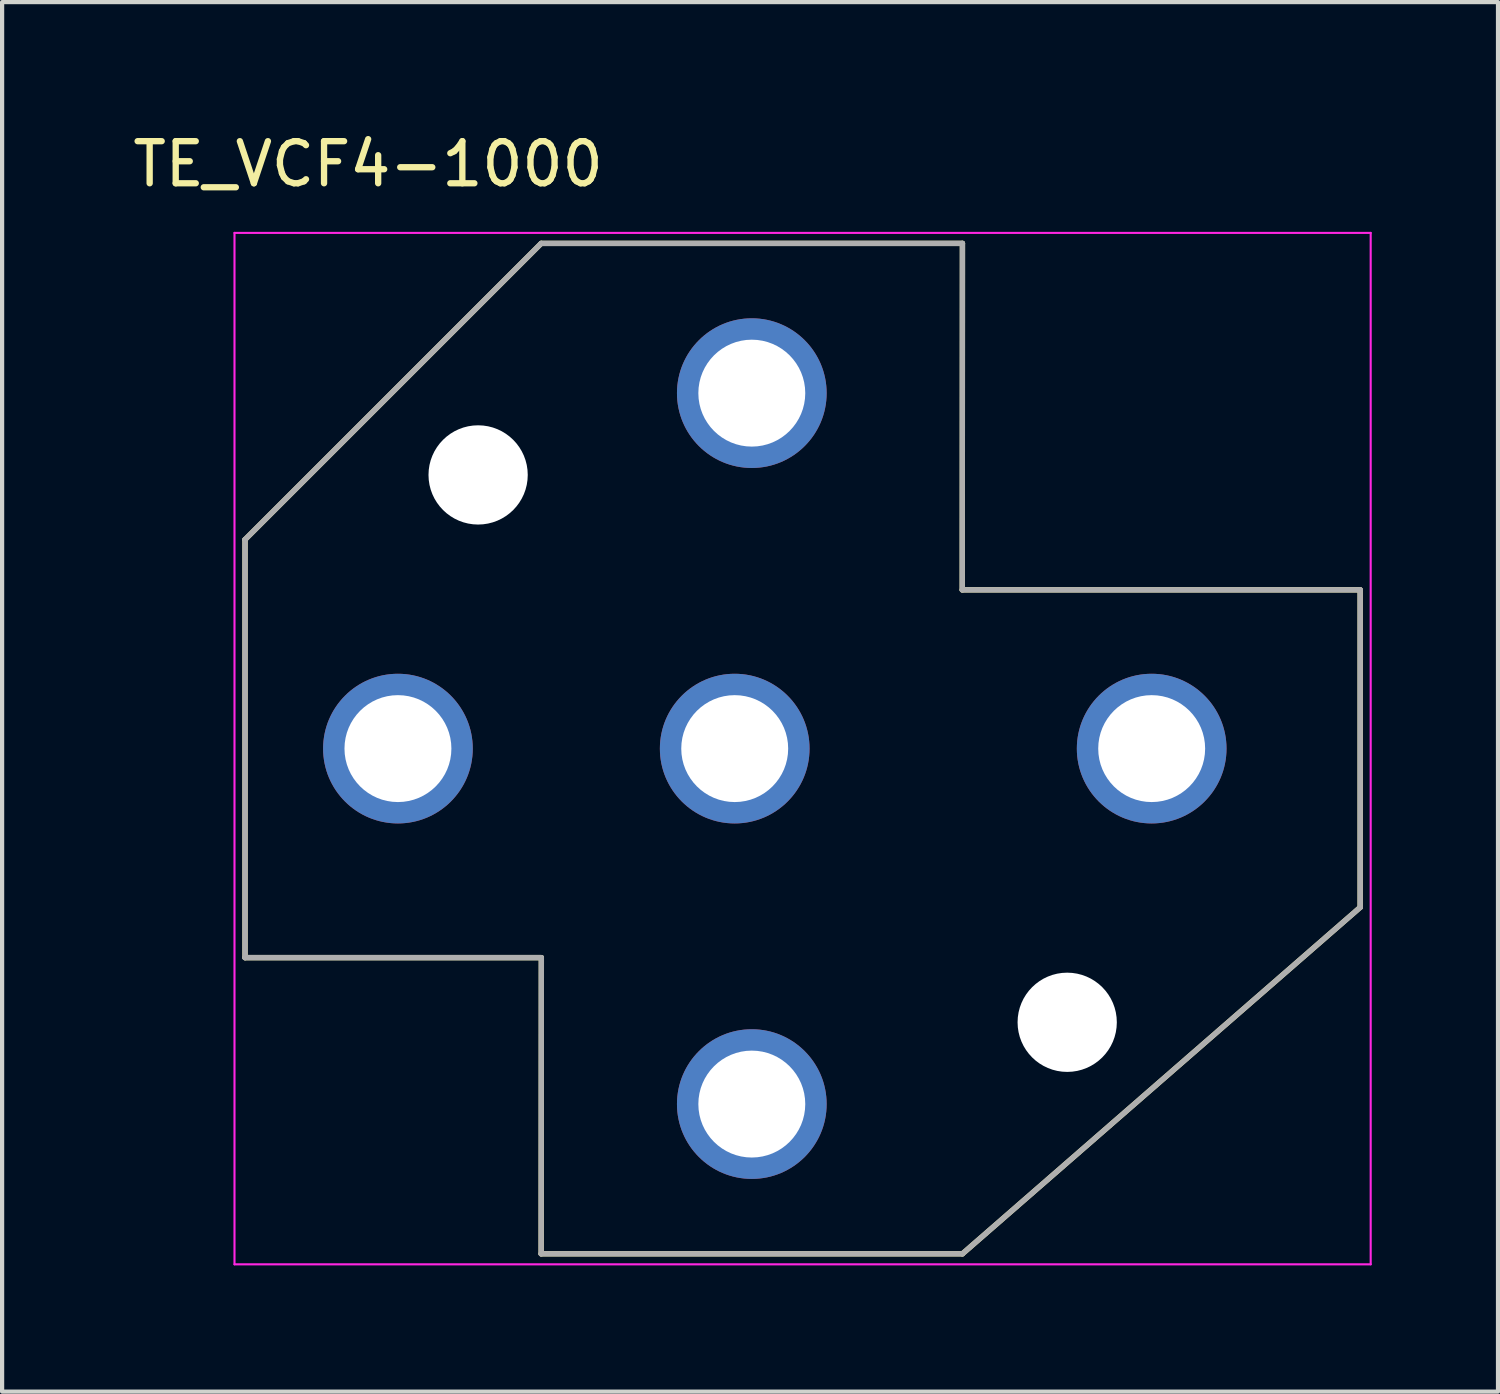
<source format=kicad_pcb>
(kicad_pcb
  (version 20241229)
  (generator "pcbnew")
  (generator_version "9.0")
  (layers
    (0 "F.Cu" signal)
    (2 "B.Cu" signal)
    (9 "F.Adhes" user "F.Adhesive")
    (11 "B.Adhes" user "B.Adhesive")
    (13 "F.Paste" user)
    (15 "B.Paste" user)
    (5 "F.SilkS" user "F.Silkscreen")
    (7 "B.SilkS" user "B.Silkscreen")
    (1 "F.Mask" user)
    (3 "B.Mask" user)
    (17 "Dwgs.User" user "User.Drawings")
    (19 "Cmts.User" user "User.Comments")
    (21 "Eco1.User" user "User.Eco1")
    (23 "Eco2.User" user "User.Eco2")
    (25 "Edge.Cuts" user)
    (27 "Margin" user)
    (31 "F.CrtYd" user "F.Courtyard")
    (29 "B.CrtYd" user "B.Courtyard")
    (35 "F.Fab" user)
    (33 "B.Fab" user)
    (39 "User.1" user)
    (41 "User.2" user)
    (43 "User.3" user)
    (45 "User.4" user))
  (footprint "TE_VCF4-1000"
    (layer "F.Cu")
    (at 14.811 14.735)
    (property "Reference" "TE_VCF4-1000" (at -9.115 -13.886 0) (layer "F.SilkS") (effects (font (size 1 1) (thickness 0.15))))
    (attr through_hole)
    (fp_line (start -12.04 -4.966) (end -5.004 -12.002) (stroke (width 0.127) (type solid)) (layer "F.SilkS"))
    (fp_line (start -12.04 4.966) (end -12.04 -4.966) (stroke (width 0.127) (type solid)) (layer "F.SilkS"))
    (fp_line (start -5.004 -12.002) (end 5.004 -12.002) (stroke (width 0.127) (type solid)) (layer "F.SilkS"))
    (fp_line (start -5.004 12.002) (end -5 4.966) (stroke (width 0.127) (type solid)) (layer "F.SilkS"))
    (fp_line (start -5 4.966) (end -12.04 4.966) (stroke (width 0.127) (type solid)) (layer "F.SilkS"))
    (fp_line (start 5 -3.772) (end 14.453 -3.772) (stroke (width 0.127) (type solid)) (layer "F.SilkS"))
    (fp_line (start 5.004 -12.002) (end 5 -3.772) (stroke (width 0.127) (type solid)) (layer "F.SilkS"))
    (fp_line (start 5.004 12.002) (end -5.004 12.002) (stroke (width 0.127) (type solid)) (layer "F.SilkS"))
    (fp_line (start 5.004 12.002) (end 14.453 3.772) (stroke (width 0.127) (type solid)) (layer "F.SilkS"))
    (fp_line (start 14.453 -3.772) (end 14.453 3.772) (stroke (width 0.127) (type solid)) (layer "F.SilkS"))
    (fp_line (start -12.29 -12.252) (end -12.29 12.252) (stroke (width 0.05) (type solid)) (layer "F.CrtYd"))
    (fp_line (start -12.29 12.252) (end 14.703 12.252) (stroke (width 0.05) (type solid)) (layer "F.CrtYd"))
    (fp_line (start 14.703 -12.252) (end -12.29 -12.252) (stroke (width 0.05) (type solid)) (layer "F.CrtYd"))
    (fp_line (start 14.703 12.252) (end 14.703 -12.252) (stroke (width 0.05) (type solid)) (layer "F.CrtYd"))
    (fp_line (start -12.04 -4.966) (end -5.004 -12.002) (stroke (width 0.127) (type solid)) (layer "F.Fab"))
    (fp_line (start -12.04 4.966) (end -12.04 -4.966) (stroke (width 0.127) (type solid)) (layer "F.Fab"))
    (fp_line (start -5.004 -12.002) (end 5.004 -12.002) (stroke (width 0.127) (type solid)) (layer "F.Fab"))
    (fp_line (start -5.004 12.002) (end -5 4.966) (stroke (width 0.127) (type solid)) (layer "F.Fab"))
    (fp_line (start -5 4.966) (end -12.04 4.966) (stroke (width 0.127) (type solid)) (layer "F.Fab"))
    (fp_line (start 5 -3.772) (end 14.453 -3.772) (stroke (width 0.127) (type solid)) (layer "F.Fab"))
    (fp_line (start 5.004 -12.002) (end 5 -3.772) (stroke (width 0.127) (type solid)) (layer "F.Fab"))
    (fp_line (start 5.004 12.002) (end -5.004 12.002) (stroke (width 0.127) (type solid)) (layer "F.Fab"))
    (fp_line (start 5.004 12.002) (end 14.453 3.772) (stroke (width 0.127) (type solid)) (layer "F.Fab"))
    (fp_line (start 14.453 -3.772) (end 14.453 3.772) (stroke (width 0.127) (type solid)) (layer "F.Fab"))
    (pad "" np_thru_hole circle (at -6.502 -6.502) (size 2.358 2.358) (drill 2.358) (layers "*.Cu" "*.Mask"))
    (pad "" np_thru_hole circle (at 7.493 6.502) (size 2.358 2.358) (drill 2.358) (layers "*.Cu" "*.Mask"))
    (pad "30" thru_hole circle (at 9.5 0) (size 3.556 3.556) (drill 2.54) (layers "*.Cu" "*.Mask"))
    (pad "85" thru_hole circle (at 0 8.445) (size 3.556 3.556) (drill 2.54) (layers "*.Cu" "*.Mask"))
    (pad "86" thru_hole circle (at 0 -8.445) (size 3.556 3.556) (drill 2.54) (layers "*.Cu" "*.Mask"))
    (pad "87" thru_hole circle (at -8.407 0) (size 3.556 3.556) (drill 2.54) (layers "*.Cu" "*.Mask"))
    (pad "87A" thru_hole circle (at -0.406 0) (size 3.556 3.556) (drill 2.54) (layers "*.Cu" "*.Mask")))
  (gr_rect
    (start -3 -3)
    (end 32.539 30.011)
    (stroke (width 0.1) (type default))
    (fill no)
    (layer "Edge.Cuts")))
</source>
